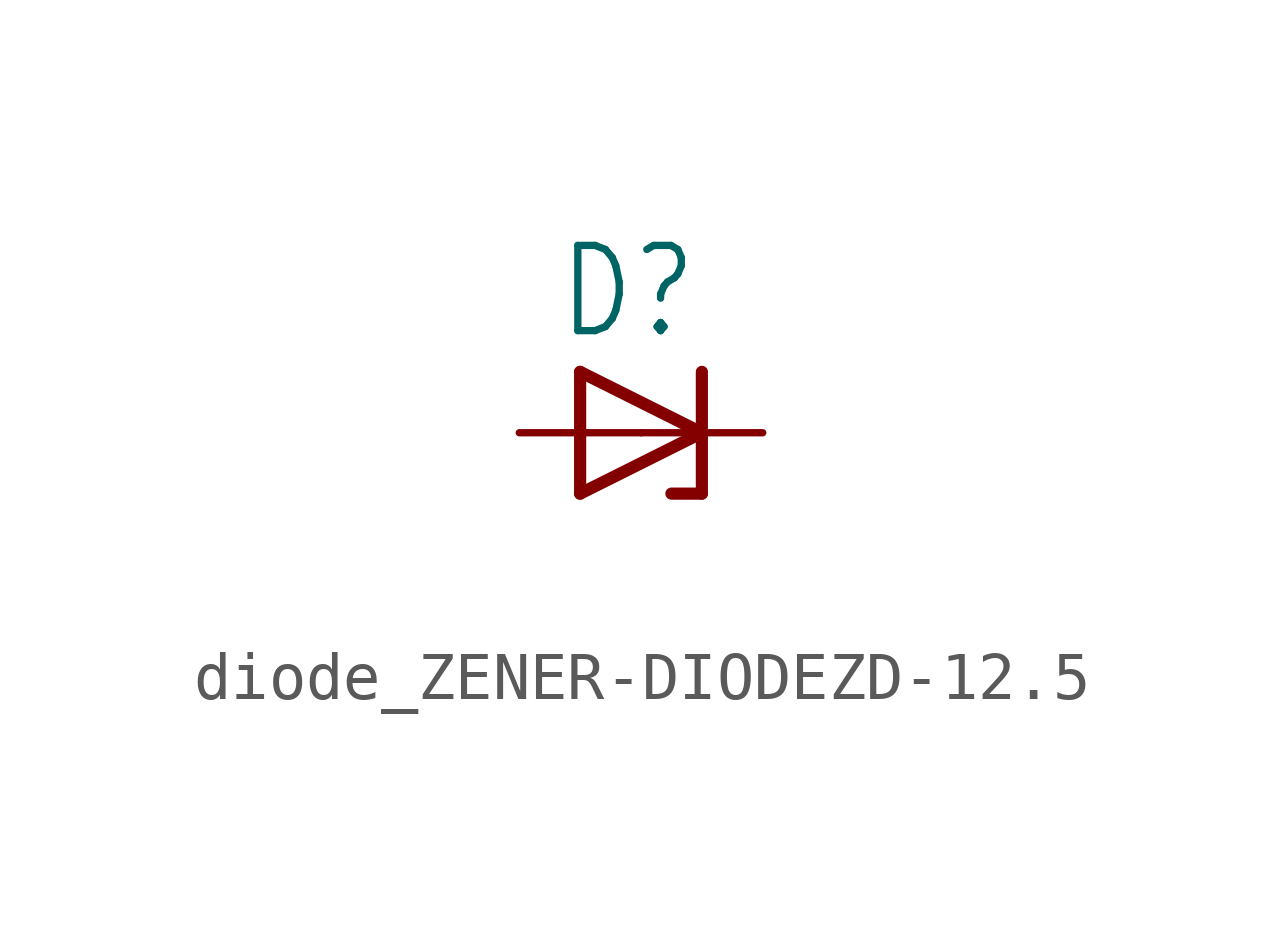
<source format=kicad_sym>
(kicad_symbol_lib
  (version 20241209)
  (generator "kicad_symbol_editor")
  (generator_version "9.0")
  (symbol "diode_ZENER-DIODEZD-12.5"
    (property "Reference" "D"
      (at -1.778 1.905 0)
      (effects (font (size 1.778 1.511)) (justify left bottom)))
    (property "Value" ""
      (at -1.778 -3.429 0)
      (effects (font (size 1.778 1.511)) (justify left bottom)))
    (property "ki_locked" ""
      (at 0 0 0)
      (effects (font (size 1.27 1.27))))
    (symbol "diode_ZENER-DIODEZD-12.5_1_0"
      (polyline (pts (xy -1.27 1.27) (xy -1.27 -1.27)) (stroke (width 0.254) (type solid)) (fill (type none)))
      (polyline (pts (xy -1.27 -1.27) (xy 1.27 0)) (stroke (width 0.254) (type solid)) (fill (type none)))
      (polyline (pts (xy 1.27 1.27) (xy 1.27 0)) (stroke (width 0.254) (type solid)) (fill (type none)))
      (polyline (pts (xy 1.27 0) (xy -1.27 1.27)) (stroke (width 0.254) (type solid)) (fill (type none)))
      (polyline (pts (xy 1.27 0) (xy 1.27 -1.27)) (stroke (width 0.254) (type solid)) (fill (type none)))
      (polyline (pts (xy 1.27 -1.27) (xy 0.635 -1.27)) (stroke (width 0.254) (type solid)) (fill (type none)))
      (pin passive line (at -2.54 0 0) (length 2.54) (name "A" (effects (font (size 0 0)))) (number "A" (effects (font (size 0 0)))))
      (pin passive line (at 2.54 0 180) (length 2.54) (name "C" (effects (font (size 0 0)))) (number "C" (effects (font (size 0 0))))))))
</source>
